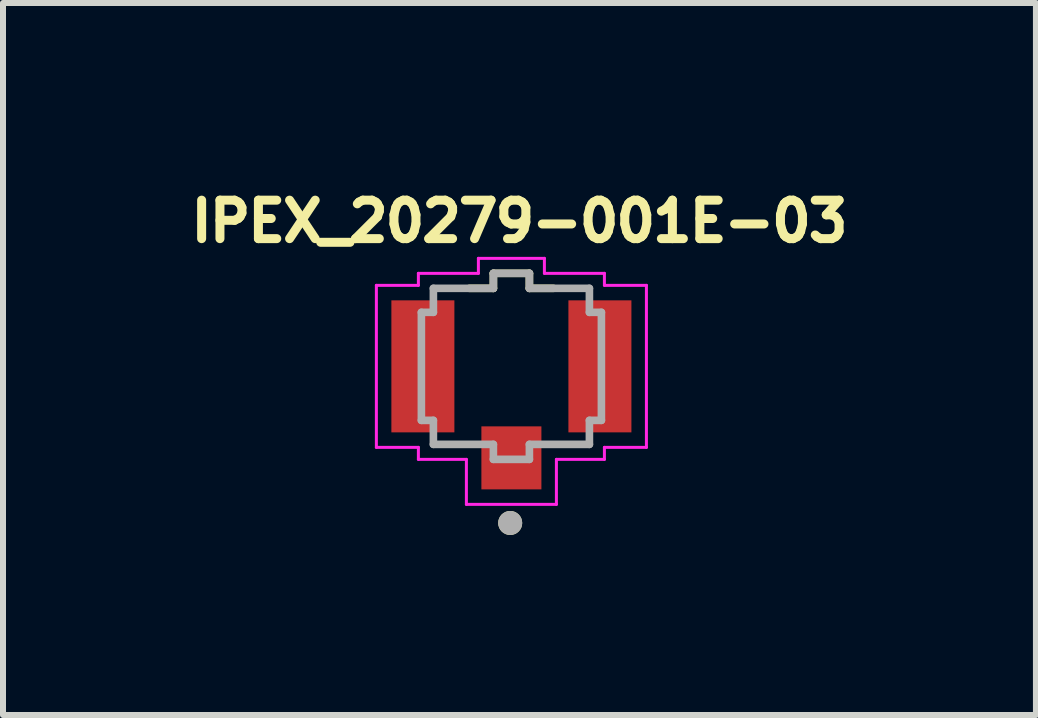
<source format=kicad_pcb>
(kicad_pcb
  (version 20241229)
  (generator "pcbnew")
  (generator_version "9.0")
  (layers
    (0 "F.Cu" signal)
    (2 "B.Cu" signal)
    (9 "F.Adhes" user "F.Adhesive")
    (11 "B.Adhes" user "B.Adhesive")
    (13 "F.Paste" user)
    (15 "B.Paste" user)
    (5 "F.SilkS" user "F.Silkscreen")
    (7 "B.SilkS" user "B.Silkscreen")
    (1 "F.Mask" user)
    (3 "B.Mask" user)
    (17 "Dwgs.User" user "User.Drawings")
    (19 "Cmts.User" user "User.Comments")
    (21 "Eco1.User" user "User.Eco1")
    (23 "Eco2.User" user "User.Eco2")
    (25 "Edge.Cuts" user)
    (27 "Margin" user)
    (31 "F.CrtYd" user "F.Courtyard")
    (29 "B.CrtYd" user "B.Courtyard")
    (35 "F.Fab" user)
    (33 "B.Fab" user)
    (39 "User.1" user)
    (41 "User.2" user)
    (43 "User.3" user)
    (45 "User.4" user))
  (footprint "IPEX_20279-001E-03"
    (layer "F.Cu")
    (at 5.472 3.055)
    (property "Reference" "IPEX_20279-001E-03" (at 0.134 -2.417 0) (layer "F.SilkS") (effects (font (size 0.641 0.641) (thickness 0.15))))
    (attr smd)
    (fp_line (start -0.3 -1.55) (end -0.3 -1.3) (stroke (width 0.127) (type solid)) (layer "F.SilkS"))
    (fp_line (start -0.3 -1.3) (end -0.7 -1.3) (stroke (width 0.127) (type solid)) (layer "F.SilkS"))
    (fp_line (start 0.3 -1.55) (end -0.3 -1.55) (stroke (width 0.127) (type solid)) (layer "F.SilkS"))
    (fp_line (start 0.3 -1.3) (end 0.3 -1.55) (stroke (width 0.127) (type solid)) (layer "F.SilkS"))
    (fp_line (start 0.7 -1.3) (end 0.3 -1.3) (stroke (width 0.127) (type solid)) (layer "F.SilkS"))
    (fp_circle (center -0.02 2.61) (end 0.08 2.61) (stroke (width 0.2) (type solid)) (fill no) (layer "F.SilkS"))
    (fp_line (start -2.25 -1.35) (end -1.55 -1.35) (stroke (width 0.05) (type solid)) (layer "F.CrtYd"))
    (fp_line (start -2.25 1.35) (end -2.25 -1.35) (stroke (width 0.05) (type solid)) (layer "F.CrtYd"))
    (fp_line (start -1.55 -1.55) (end -0.55 -1.55) (stroke (width 0.05) (type solid)) (layer "F.CrtYd"))
    (fp_line (start -1.55 -1.35) (end -1.55 -1.55) (stroke (width 0.05) (type solid)) (layer "F.CrtYd"))
    (fp_line (start -1.55 1.35) (end -2.25 1.35) (stroke (width 0.05) (type solid)) (layer "F.CrtYd"))
    (fp_line (start -1.55 1.35) (end -1.55 1.55) (stroke (width 0.05) (type solid)) (layer "F.CrtYd"))
    (fp_line (start -1.55 1.55) (end -0.75 1.55) (stroke (width 0.05) (type solid)) (layer "F.CrtYd"))
    (fp_line (start -0.75 1.55) (end -0.75 2.3) (stroke (width 0.05) (type solid)) (layer "F.CrtYd"))
    (fp_line (start -0.75 2.3) (end 0.75 2.3) (stroke (width 0.05) (type solid)) (layer "F.CrtYd"))
    (fp_line (start -0.55 -1.8) (end -0.55 -1.55) (stroke (width 0.05) (type solid)) (layer "F.CrtYd"))
    (fp_line (start 0.55 -1.8) (end -0.55 -1.8) (stroke (width 0.05) (type solid)) (layer "F.CrtYd"))
    (fp_line (start 0.55 -1.55) (end 0.55 -1.8) (stroke (width 0.05) (type solid)) (layer "F.CrtYd"))
    (fp_line (start 0.75 2.3) (end 0.75 1.55) (stroke (width 0.05) (type solid)) (layer "F.CrtYd"))
    (fp_line (start 1.55 -1.55) (end 0.55 -1.55) (stroke (width 0.05) (type solid)) (layer "F.CrtYd"))
    (fp_line (start 1.55 -1.35) (end 1.55 -1.55) (stroke (width 0.05) (type solid)) (layer "F.CrtYd"))
    (fp_line (start 1.55 -1.35) (end 2.25 -1.35) (stroke (width 0.05) (type solid)) (layer "F.CrtYd"))
    (fp_line (start 1.55 1.35) (end 1.55 1.55) (stroke (width 0.05) (type solid)) (layer "F.CrtYd"))
    (fp_line (start 1.55 1.55) (end 0.75 1.55) (stroke (width 0.05) (type solid)) (layer "F.CrtYd"))
    (fp_line (start 2.25 1.35) (end 1.55 1.35) (stroke (width 0.05) (type solid)) (layer "F.CrtYd"))
    (fp_line (start 2.25 1.35) (end 2.25 -1.35) (stroke (width 0.05) (type solid)) (layer "F.CrtYd"))
    (fp_line (start -1.5 -0.9) (end -1.5 0.9) (stroke (width 0.127) (type solid)) (layer "F.Fab"))
    (fp_line (start -1.5 0.9) (end -1.3 0.9) (stroke (width 0.127) (type solid)) (layer "F.Fab"))
    (fp_line (start -1.3 -1.3) (end -1.3 -0.9) (stroke (width 0.127) (type solid)) (layer "F.Fab"))
    (fp_line (start -1.3 -0.9) (end -1.5 -0.9) (stroke (width 0.127) (type solid)) (layer "F.Fab"))
    (fp_line (start -1.3 0.9) (end -1.3 1.3) (stroke (width 0.127) (type solid)) (layer "F.Fab"))
    (fp_line (start -1.3 1.3) (end -0.3 1.3) (stroke (width 0.127) (type solid)) (layer "F.Fab"))
    (fp_line (start -0.3 -1.55) (end -0.3 -1.3) (stroke (width 0.127) (type solid)) (layer "F.Fab"))
    (fp_line (start -0.3 -1.3) (end -1.3 -1.3) (stroke (width 0.127) (type solid)) (layer "F.Fab"))
    (fp_line (start -0.3 1.3) (end -0.3 1.55) (stroke (width 0.127) (type solid)) (layer "F.Fab"))
    (fp_line (start -0.3 1.55) (end 0.3 1.55) (stroke (width 0.127) (type solid)) (layer "F.Fab"))
    (fp_line (start 0.3 -1.55) (end -0.3 -1.55) (stroke (width 0.127) (type solid)) (layer "F.Fab"))
    (fp_line (start 0.3 -1.3) (end 0.3 -1.55) (stroke (width 0.127) (type solid)) (layer "F.Fab"))
    (fp_line (start 0.3 1.3) (end 1.3 1.3) (stroke (width 0.127) (type solid)) (layer "F.Fab"))
    (fp_line (start 0.3 1.55) (end 0.3 1.3) (stroke (width 0.127) (type solid)) (layer "F.Fab"))
    (fp_line (start 1.3 -1.3) (end 0.3 -1.3) (stroke (width 0.127) (type solid)) (layer "F.Fab"))
    (fp_line (start 1.3 -0.9) (end 1.3 -1.3) (stroke (width 0.127) (type solid)) (layer "F.Fab"))
    (fp_line (start 1.3 0.9) (end 1.5 0.9) (stroke (width 0.127) (type solid)) (layer "F.Fab"))
    (fp_line (start 1.3 1.3) (end 1.3 0.9) (stroke (width 0.127) (type solid)) (layer "F.Fab"))
    (fp_line (start 1.5 -0.9) (end 1.3 -0.9) (stroke (width 0.127) (type solid)) (layer "F.Fab"))
    (fp_line (start 1.5 0.9) (end 1.5 -0.9) (stroke (width 0.127) (type solid)) (layer "F.Fab"))
    (fp_circle (center -0.02 2.61) (end 0.08 2.61) (stroke (width 0.2) (type solid)) (fill no) (layer "F.Fab"))
    (pad "1" smd rect (at 0 1.525) (size 1 1.05) (layers "F.Cu" "F.Mask" "F.Paste"))
    (pad "2" smd rect (at -1.475 0) (size 1.05 2.2) (layers "F.Cu" "F.Mask" "F.Paste"))
    (pad "2" smd rect (at 1.475 0) (size 1.05 2.2) (layers "F.Cu" "F.Mask" "F.Paste"))
    (zone (net_name "") (layer "F.Cu") (hatch full 0.508) (connect_pads) (min_thickness 0.01) (filled_areas_thickness no) (keepout (tracks not_allowed) (vias not_allowed) (pads not_allowed) (copperpour not_allowed) (footprints allowed)) (placement (enabled no)) (fill) (polygon (pts (xy 4.422 2.055) (xy 6.522 2.055) (xy 6.522 3.955) (xy 4.422 3.955))))
    (zone (net_name "") (layers "F.Cu" "B.Cu") (hatch full 0.508) (connect_pads) (min_thickness 0.01) (filled_areas_thickness no) (keepout (tracks allowed) (vias not_allowed) (pads allowed) (copperpour allowed) (footprints allowed)) (placement (enabled no)) (fill) (polygon (pts (xy 4.422 2.055) (xy 6.522 2.055) (xy 6.522 3.955) (xy 4.422 3.955)))))
  (gr_rect
    (start -3 -3)
    (end 14.213 8.865)
    (stroke (width 0.1) (type default))
    (fill no)
    (layer "Edge.Cuts")))
</source>
